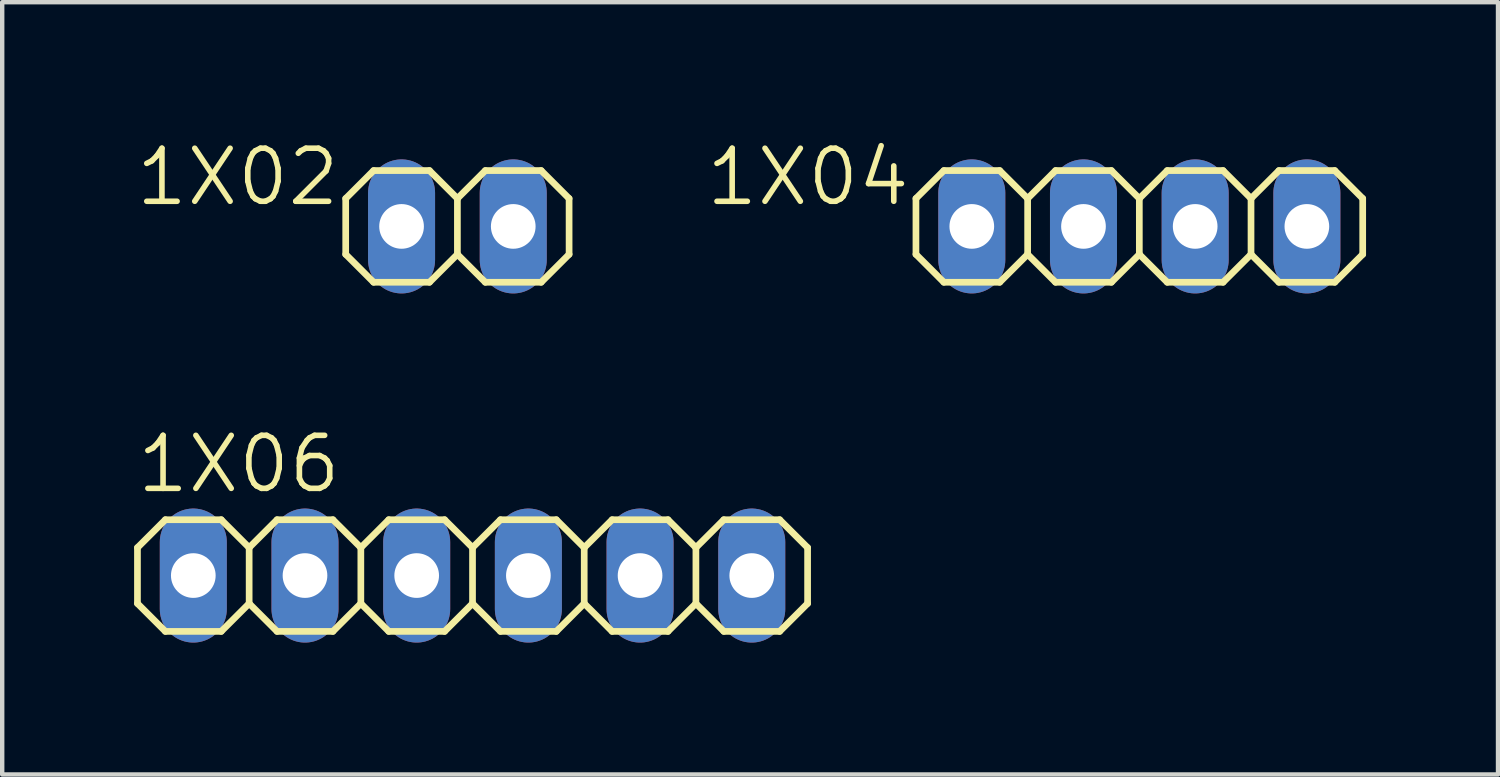
<source format=kicad_pcb>
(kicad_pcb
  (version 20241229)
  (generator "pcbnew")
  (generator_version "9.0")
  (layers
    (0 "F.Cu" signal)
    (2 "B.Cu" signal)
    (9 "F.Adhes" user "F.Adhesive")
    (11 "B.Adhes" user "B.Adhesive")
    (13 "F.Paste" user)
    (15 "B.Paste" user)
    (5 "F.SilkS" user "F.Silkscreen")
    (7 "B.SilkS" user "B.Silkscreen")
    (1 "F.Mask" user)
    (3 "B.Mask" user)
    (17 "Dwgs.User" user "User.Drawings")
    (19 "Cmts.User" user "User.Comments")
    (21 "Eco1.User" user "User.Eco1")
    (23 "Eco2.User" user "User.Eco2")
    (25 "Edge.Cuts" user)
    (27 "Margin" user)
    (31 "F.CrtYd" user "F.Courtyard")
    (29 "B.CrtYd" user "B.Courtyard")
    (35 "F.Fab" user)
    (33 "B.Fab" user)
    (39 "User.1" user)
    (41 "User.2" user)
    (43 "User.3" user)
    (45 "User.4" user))
  (footprint "1X06"
    (layer "F.Cu")
    (at 7.696 10.039)
    (property "Reference" "1X06" (at -7.696 -1.829 0) (layer "F.SilkS") (effects (font (size 1.206 1.206) (thickness 0.127)) (justify left bottom)))
    (attr through_hole)
    (fp_line (start -7.62 -0.635) (end -7.62 0.635) (stroke (width 0.152) (type solid)) (layer "F.SilkS"))
    (fp_line (start -7.62 0.635) (end -6.985 1.27) (stroke (width 0.152) (type solid)) (layer "F.SilkS"))
    (fp_line (start -6.985 -1.27) (end -7.62 -0.635) (stroke (width 0.152) (type solid)) (layer "F.SilkS"))
    (fp_line (start -6.985 -1.27) (end -5.715 -1.27) (stroke (width 0.152) (type solid)) (layer "F.SilkS"))
    (fp_line (start -5.715 -1.27) (end -5.08 -0.635) (stroke (width 0.152) (type solid)) (layer "F.SilkS"))
    (fp_line (start -5.715 1.27) (end -6.985 1.27) (stroke (width 0.152) (type solid)) (layer "F.SilkS"))
    (fp_line (start -5.08 -0.635) (end -5.08 0.635) (stroke (width 0.152) (type solid)) (layer "F.SilkS"))
    (fp_line (start -5.08 -0.635) (end -4.445 -1.27) (stroke (width 0.152) (type solid)) (layer "F.SilkS"))
    (fp_line (start -5.08 0.635) (end -5.715 1.27) (stroke (width 0.152) (type solid)) (layer "F.SilkS"))
    (fp_line (start -4.445 -1.27) (end -3.175 -1.27) (stroke (width 0.152) (type solid)) (layer "F.SilkS"))
    (fp_line (start -4.445 1.27) (end -5.08 0.635) (stroke (width 0.152) (type solid)) (layer "F.SilkS"))
    (fp_line (start -3.175 -1.27) (end -2.54 -0.635) (stroke (width 0.152) (type solid)) (layer "F.SilkS"))
    (fp_line (start -3.175 1.27) (end -4.445 1.27) (stroke (width 0.152) (type solid)) (layer "F.SilkS"))
    (fp_line (start -2.54 -0.635) (end -2.54 0.635) (stroke (width 0.152) (type solid)) (layer "F.SilkS"))
    (fp_line (start -2.54 -0.635) (end -1.905 -1.27) (stroke (width 0.152) (type solid)) (layer "F.SilkS"))
    (fp_line (start -2.54 0.635) (end -3.175 1.27) (stroke (width 0.152) (type solid)) (layer "F.SilkS"))
    (fp_line (start -1.905 -1.27) (end -0.635 -1.27) (stroke (width 0.152) (type solid)) (layer "F.SilkS"))
    (fp_line (start -1.905 1.27) (end -2.54 0.635) (stroke (width 0.152) (type solid)) (layer "F.SilkS"))
    (fp_line (start -0.635 -1.27) (end 0 -0.635) (stroke (width 0.152) (type solid)) (layer "F.SilkS"))
    (fp_line (start -0.635 1.27) (end -1.905 1.27) (stroke (width 0.152) (type solid)) (layer "F.SilkS"))
    (fp_line (start 0 -0.635) (end 0 0.635) (stroke (width 0.152) (type solid)) (layer "F.SilkS"))
    (fp_line (start 0 0.635) (end -0.635 1.27) (stroke (width 0.152) (type solid)) (layer "F.SilkS"))
    (fp_line (start 0 0.635) (end 0.635 1.27) (stroke (width 0.152) (type solid)) (layer "F.SilkS"))
    (fp_line (start 0.635 -1.27) (end 0 -0.635) (stroke (width 0.152) (type solid)) (layer "F.SilkS"))
    (fp_line (start 0.635 -1.27) (end 1.905 -1.27) (stroke (width 0.152) (type solid)) (layer "F.SilkS"))
    (fp_line (start 1.905 -1.27) (end 2.54 -0.635) (stroke (width 0.152) (type solid)) (layer "F.SilkS"))
    (fp_line (start 1.905 1.27) (end 0.635 1.27) (stroke (width 0.152) (type solid)) (layer "F.SilkS"))
    (fp_line (start 2.54 -0.635) (end 2.54 0.635) (stroke (width 0.152) (type solid)) (layer "F.SilkS"))
    (fp_line (start 2.54 -0.635) (end 3.175 -1.27) (stroke (width 0.152) (type solid)) (layer "F.SilkS"))
    (fp_line (start 2.54 0.635) (end 1.905 1.27) (stroke (width 0.152) (type solid)) (layer "F.SilkS"))
    (fp_line (start 3.175 -1.27) (end 4.445 -1.27) (stroke (width 0.152) (type solid)) (layer "F.SilkS"))
    (fp_line (start 3.175 1.27) (end 2.54 0.635) (stroke (width 0.152) (type solid)) (layer "F.SilkS"))
    (fp_line (start 4.445 -1.27) (end 5.08 -0.635) (stroke (width 0.152) (type solid)) (layer "F.SilkS"))
    (fp_line (start 4.445 1.27) (end 3.175 1.27) (stroke (width 0.152) (type solid)) (layer "F.SilkS"))
    (fp_line (start 5.08 -0.635) (end 5.08 0.635) (stroke (width 0.152) (type solid)) (layer "F.SilkS"))
    (fp_line (start 5.08 0.635) (end 4.445 1.27) (stroke (width 0.152) (type solid)) (layer "F.SilkS"))
    (fp_line (start 5.08 0.635) (end 5.715 1.27) (stroke (width 0.152) (type solid)) (layer "F.SilkS"))
    (fp_line (start 5.715 -1.27) (end 5.08 -0.635) (stroke (width 0.152) (type solid)) (layer "F.SilkS"))
    (fp_line (start 5.715 -1.27) (end 6.985 -1.27) (stroke (width 0.152) (type solid)) (layer "F.SilkS"))
    (fp_line (start 6.985 -1.27) (end 7.62 -0.635) (stroke (width 0.152) (type solid)) (layer "F.SilkS"))
    (fp_line (start 6.985 1.27) (end 5.715 1.27) (stroke (width 0.152) (type solid)) (layer "F.SilkS"))
    (fp_line (start 7.62 -0.635) (end 7.62 0.635) (stroke (width 0.152) (type solid)) (layer "F.SilkS"))
    (fp_line (start 7.62 0.635) (end 6.985 1.27) (stroke (width 0.152) (type solid)) (layer "F.SilkS"))
    (fp_poly (pts (xy -6.604 0.254) (xy -6.096 0.254) (xy -6.096 -0.254) (xy -6.604 -0.254)) (stroke (width 0.1) (type solid)) (fill no) (layer "F.Fab"))
    (fp_poly (pts (xy -4.064 0.254) (xy -3.556 0.254) (xy -3.556 -0.254) (xy -4.064 -0.254)) (stroke (width 0.1) (type solid)) (fill no) (layer "F.Fab"))
    (fp_poly (pts (xy -1.524 0.254) (xy -1.016 0.254) (xy -1.016 -0.254) (xy -1.524 -0.254)) (stroke (width 0.1) (type solid)) (fill no) (layer "F.Fab"))
    (fp_poly (pts (xy 1.016 0.254) (xy 1.524 0.254) (xy 1.524 -0.254) (xy 1.016 -0.254)) (stroke (width 0.1) (type solid)) (fill no) (layer "F.Fab"))
    (fp_poly (pts (xy 3.556 0.254) (xy 4.064 0.254) (xy 4.064 -0.254) (xy 3.556 -0.254)) (stroke (width 0.1) (type solid)) (fill no) (layer "F.Fab"))
    (fp_poly (pts (xy 6.096 0.254) (xy 6.604 0.254) (xy 6.604 -0.254) (xy 6.096 -0.254)) (stroke (width 0.1) (type solid)) (fill no) (layer "F.Fab"))
    (pad "1" thru_hole oval (at -6.35 0 90) (size 3.048 1.524) (drill 1.016) (layers "*.Cu" "*.Mask"))
    (pad "2" thru_hole oval (at -3.81 0 90) (size 3.048 1.524) (drill 1.016) (layers "*.Cu" "*.Mask"))
    (pad "3" thru_hole oval (at -1.27 0 90) (size 3.048 1.524) (drill 1.016) (layers "*.Cu" "*.Mask"))
    (pad "4" thru_hole oval (at 1.27 0 90) (size 3.048 1.524) (drill 1.016) (layers "*.Cu" "*.Mask"))
    (pad "5" thru_hole oval (at 3.81 0 90) (size 3.048 1.524) (drill 1.016) (layers "*.Cu" "*.Mask"))
    (pad "6" thru_hole oval (at 6.35 0 90) (size 3.048 1.524) (drill 1.016) (layers "*.Cu" "*.Mask")))
  (footprint "1X02"
    (layer "F.Cu")
    (at 7.352 2.099)
    (property "Reference" "1X02" (at -2.616 -1.829 0) (layer "F.SilkS") (effects (font (size 1.206 1.206) (thickness 0.127)) (justify right top)))
    (attr through_hole)
    (fp_line (start -2.54 -0.635) (end -2.54 0.635) (stroke (width 0.152) (type solid)) (layer "F.SilkS"))
    (fp_line (start -2.54 0.635) (end -1.905 1.27) (stroke (width 0.152) (type solid)) (layer "F.SilkS"))
    (fp_line (start -1.905 -1.27) (end -2.54 -0.635) (stroke (width 0.152) (type solid)) (layer "F.SilkS"))
    (fp_line (start -1.905 -1.27) (end -0.635 -1.27) (stroke (width 0.152) (type solid)) (layer "F.SilkS"))
    (fp_line (start -0.635 -1.27) (end 0 -0.635) (stroke (width 0.152) (type solid)) (layer "F.SilkS"))
    (fp_line (start -0.635 1.27) (end -1.905 1.27) (stroke (width 0.152) (type solid)) (layer "F.SilkS"))
    (fp_line (start 0 -0.635) (end 0 0.635) (stroke (width 0.152) (type solid)) (layer "F.SilkS"))
    (fp_line (start 0 -0.635) (end 0.635 -1.27) (stroke (width 0.152) (type solid)) (layer "F.SilkS"))
    (fp_line (start 0 0.635) (end -0.635 1.27) (stroke (width 0.152) (type solid)) (layer "F.SilkS"))
    (fp_line (start 0.635 -1.27) (end 1.905 -1.27) (stroke (width 0.152) (type solid)) (layer "F.SilkS"))
    (fp_line (start 0.635 1.27) (end 0 0.635) (stroke (width 0.152) (type solid)) (layer "F.SilkS"))
    (fp_line (start 1.905 -1.27) (end 2.54 -0.635) (stroke (width 0.152) (type solid)) (layer "F.SilkS"))
    (fp_line (start 1.905 1.27) (end 0.635 1.27) (stroke (width 0.152) (type solid)) (layer "F.SilkS"))
    (fp_line (start 2.54 -0.635) (end 2.54 0.635) (stroke (width 0.152) (type solid)) (layer "F.SilkS"))
    (fp_line (start 2.54 0.635) (end 1.905 1.27) (stroke (width 0.152) (type solid)) (layer "F.SilkS"))
    (fp_poly (pts (xy -1.524 0.254) (xy -1.016 0.254) (xy -1.016 -0.254) (xy -1.524 -0.254)) (stroke (width 0.1) (type solid)) (fill no) (layer "F.Fab"))
    (fp_poly (pts (xy 1.016 0.254) (xy 1.524 0.254) (xy 1.524 -0.254) (xy 1.016 -0.254)) (stroke (width 0.1) (type solid)) (fill no) (layer "F.Fab"))
    (pad "1" thru_hole oval (at -1.27 0 90) (size 3.048 1.524) (drill 1.016) (layers "*.Cu" "*.Mask"))
    (pad "2" thru_hole oval (at 1.27 0 90) (size 3.048 1.524) (drill 1.016) (layers "*.Cu" "*.Mask")))
  (footprint "1X04"
    (layer "F.Cu")
    (at 22.86 2.099)
    (property "Reference" "1X04" (at -5.156 -1.829 0) (layer "F.SilkS") (effects (font (size 1.206 1.206) (thickness 0.127)) (justify right top)))
    (attr through_hole)
    (fp_line (start -5.08 -0.635) (end -5.08 0.635) (stroke (width 0.152) (type solid)) (layer "F.SilkS"))
    (fp_line (start -5.08 0.635) (end -4.445 1.27) (stroke (width 0.152) (type solid)) (layer "F.SilkS"))
    (fp_line (start -4.445 -1.27) (end -5.08 -0.635) (stroke (width 0.152) (type solid)) (layer "F.SilkS"))
    (fp_line (start -4.445 -1.27) (end -3.175 -1.27) (stroke (width 0.152) (type solid)) (layer "F.SilkS"))
    (fp_line (start -3.175 -1.27) (end -2.54 -0.635) (stroke (width 0.152) (type solid)) (layer "F.SilkS"))
    (fp_line (start -3.175 1.27) (end -4.445 1.27) (stroke (width 0.152) (type solid)) (layer "F.SilkS"))
    (fp_line (start -2.54 -0.635) (end -2.54 0.635) (stroke (width 0.152) (type solid)) (layer "F.SilkS"))
    (fp_line (start -2.54 -0.635) (end -1.905 -1.27) (stroke (width 0.152) (type solid)) (layer "F.SilkS"))
    (fp_line (start -2.54 0.635) (end -3.175 1.27) (stroke (width 0.152) (type solid)) (layer "F.SilkS"))
    (fp_line (start -1.905 -1.27) (end -0.635 -1.27) (stroke (width 0.152) (type solid)) (layer "F.SilkS"))
    (fp_line (start -1.905 1.27) (end -2.54 0.635) (stroke (width 0.152) (type solid)) (layer "F.SilkS"))
    (fp_line (start -0.635 -1.27) (end 0 -0.635) (stroke (width 0.152) (type solid)) (layer "F.SilkS"))
    (fp_line (start -0.635 1.27) (end -1.905 1.27) (stroke (width 0.152) (type solid)) (layer "F.SilkS"))
    (fp_line (start 0 -0.635) (end 0 0.635) (stroke (width 0.152) (type solid)) (layer "F.SilkS"))
    (fp_line (start 0 -0.635) (end 0.635 -1.27) (stroke (width 0.152) (type solid)) (layer "F.SilkS"))
    (fp_line (start 0 0.635) (end -0.635 1.27) (stroke (width 0.152) (type solid)) (layer "F.SilkS"))
    (fp_line (start 0.635 -1.27) (end 1.905 -1.27) (stroke (width 0.152) (type solid)) (layer "F.SilkS"))
    (fp_line (start 0.635 1.27) (end 0 0.635) (stroke (width 0.152) (type solid)) (layer "F.SilkS"))
    (fp_line (start 1.905 -1.27) (end 2.54 -0.635) (stroke (width 0.152) (type solid)) (layer "F.SilkS"))
    (fp_line (start 1.905 1.27) (end 0.635 1.27) (stroke (width 0.152) (type solid)) (layer "F.SilkS"))
    (fp_line (start 2.54 -0.635) (end 2.54 0.635) (stroke (width 0.152) (type solid)) (layer "F.SilkS"))
    (fp_line (start 2.54 0.635) (end 1.905 1.27) (stroke (width 0.152) (type solid)) (layer "F.SilkS"))
    (fp_line (start 2.54 0.635) (end 3.175 1.27) (stroke (width 0.152) (type solid)) (layer "F.SilkS"))
    (fp_line (start 3.175 -1.27) (end 2.54 -0.635) (stroke (width 0.152) (type solid)) (layer "F.SilkS"))
    (fp_line (start 3.175 -1.27) (end 4.445 -1.27) (stroke (width 0.152) (type solid)) (layer "F.SilkS"))
    (fp_line (start 4.445 -1.27) (end 5.08 -0.635) (stroke (width 0.152) (type solid)) (layer "F.SilkS"))
    (fp_line (start 4.445 1.27) (end 3.175 1.27) (stroke (width 0.152) (type solid)) (layer "F.SilkS"))
    (fp_line (start 5.08 -0.635) (end 5.08 0.635) (stroke (width 0.152) (type solid)) (layer "F.SilkS"))
    (fp_line (start 5.08 0.635) (end 4.445 1.27) (stroke (width 0.152) (type solid)) (layer "F.SilkS"))
    (fp_poly (pts (xy -4.064 0.254) (xy -3.556 0.254) (xy -3.556 -0.254) (xy -4.064 -0.254)) (stroke (width 0.1) (type solid)) (fill no) (layer "F.Fab"))
    (fp_poly (pts (xy -1.524 0.254) (xy -1.016 0.254) (xy -1.016 -0.254) (xy -1.524 -0.254)) (stroke (width 0.1) (type solid)) (fill no) (layer "F.Fab"))
    (fp_poly (pts (xy 1.016 0.254) (xy 1.524 0.254) (xy 1.524 -0.254) (xy 1.016 -0.254)) (stroke (width 0.1) (type solid)) (fill no) (layer "F.Fab"))
    (fp_poly (pts (xy 3.556 0.254) (xy 4.064 0.254) (xy 4.064 -0.254) (xy 3.556 -0.254)) (stroke (width 0.1) (type solid)) (fill no) (layer "F.Fab"))
    (pad "1" thru_hole oval (at -3.81 0 90) (size 3.048 1.524) (drill 1.016) (layers "*.Cu" "*.Mask"))
    (pad "2" thru_hole oval (at -1.27 0 90) (size 3.048 1.524) (drill 1.016) (layers "*.Cu" "*.Mask"))
    (pad "3" thru_hole oval (at 1.27 0 90) (size 3.048 1.524) (drill 1.016) (layers "*.Cu" "*.Mask"))
    (pad "4" thru_hole oval (at 3.81 0 90) (size 3.048 1.524) (drill 1.016) (layers "*.Cu" "*.Mask")))
  (gr_rect
    (start -3 -3)
    (end 31.017 14.563)
    (stroke (width 0.1) (type default))
    (fill no)
    (layer "Edge.Cuts")))
</source>
